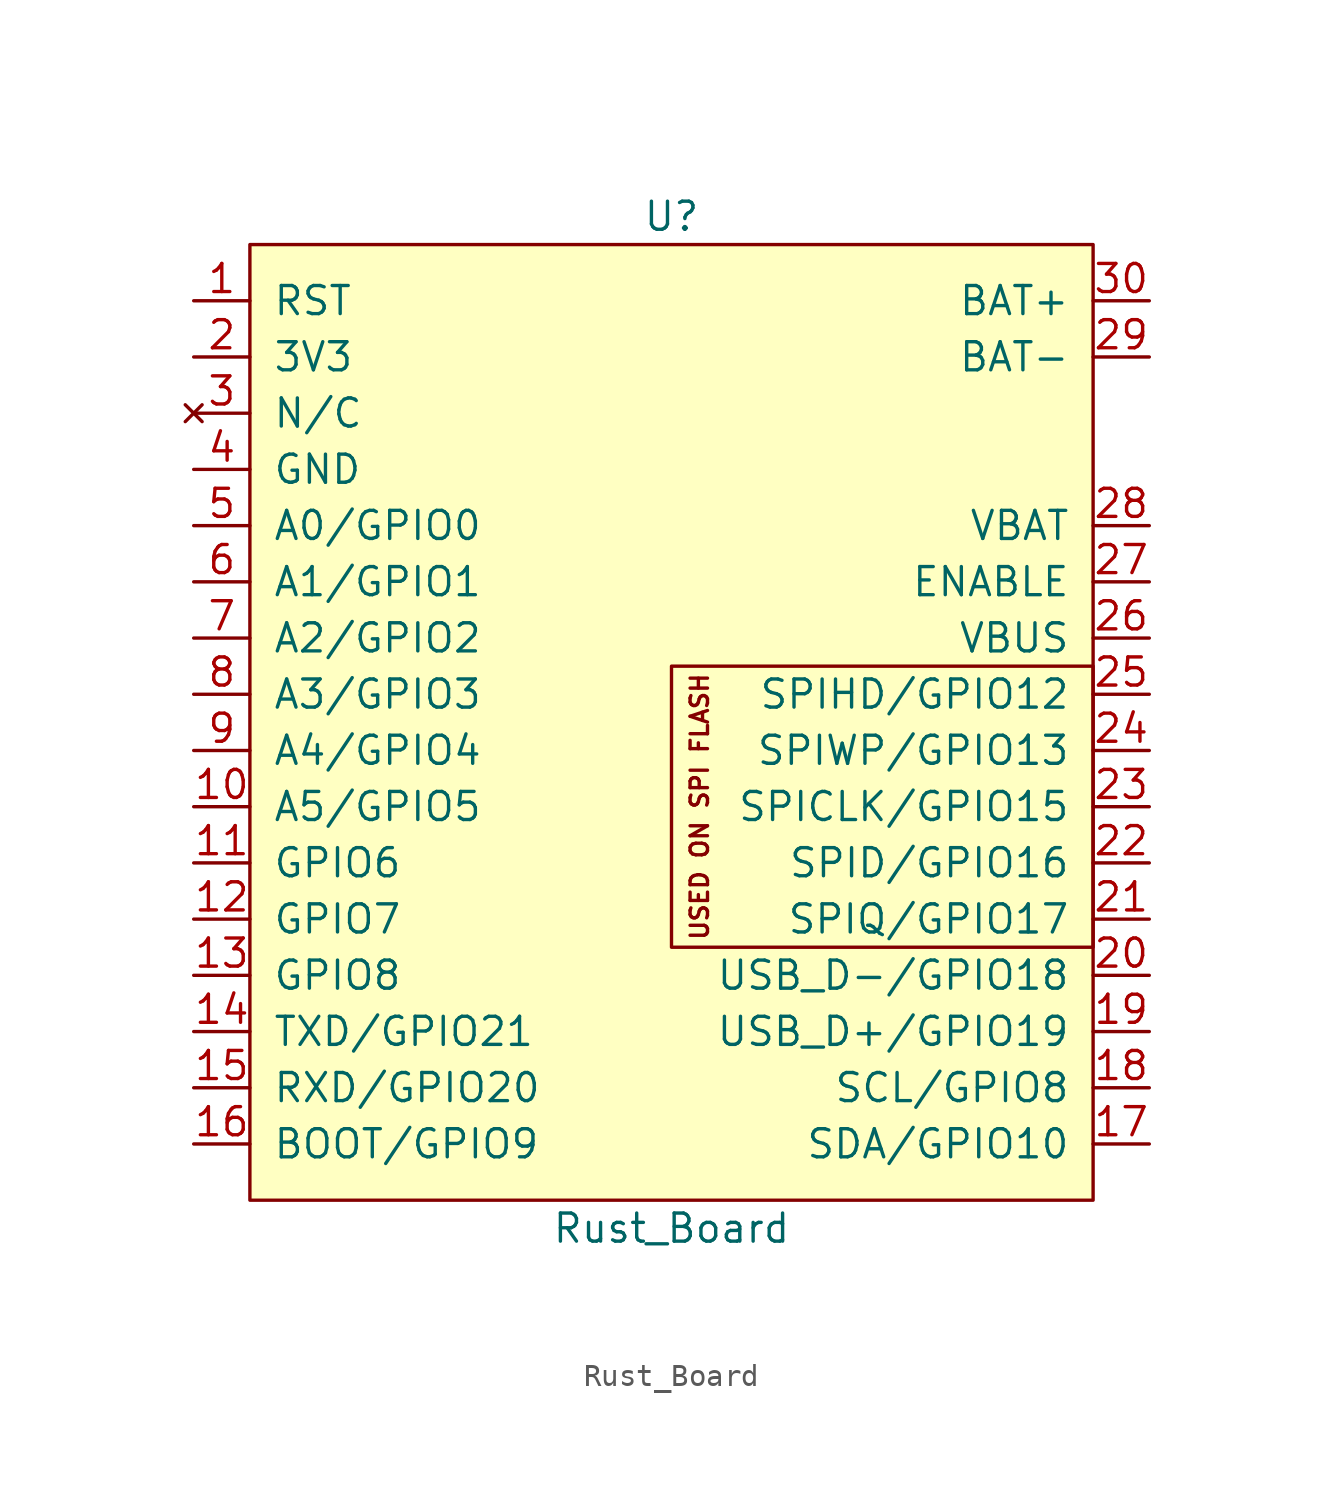
<source format=kicad_sym>
(kicad_symbol_lib
  (version 20211014)
  (generator kicad_symbol_editor)
  (symbol "Rust_Board"
    (pin_names
      (offset 1.016))
    (property "Reference" "U"
      (at 0 22.86 0)
      (effects (font (size 1.27 1.27))))
    (property "Value" "Rust_Board"
      (at 0 -22.86 0)
      (effects (font (size 1.27 1.27))))
    (symbol "Rust_Board_0_0"
      (rectangle (start 0 2.54) (end 19.05 -10.16) (stroke (width 0) (type default) (color 0 0 0 0)) (fill (type none)))
      (text "USED ON SPI FLASH" (at 1.27 -3.81 900) (effects (font (size 0.787 0.787)))))
    (symbol "Rust_Board_0_1"
      (rectangle (start -19.05 21.59) (end 19.05 -21.59) (stroke (width 0) (type default) (color 0 0 0 0)) (fill (type background))))
    (symbol "Rust_Board_1_1"
      (pin input line (at -21.59 19.05 0) (length 2.54) (name "RST" (effects (font (size 1.27 1.27)))) (number "1" (effects (font (size 1.27 1.27)))))
      (pin bidirectional line (at -21.59 -3.81 0) (length 2.54) (name "A5/GPIO5" (effects (font (size 1.27 1.27)))) (number "10" (effects (font (size 1.27 1.27)))))
      (pin bidirectional line (at -21.59 -6.35 0) (length 2.54) (name "GPIO6" (effects (font (size 1.27 1.27)))) (number "11" (effects (font (size 1.27 1.27)))))
      (pin bidirectional line (at -21.59 -8.89 0) (length 2.54) (name "GPIO7" (effects (font (size 1.27 1.27)))) (number "12" (effects (font (size 1.27 1.27)))))
      (pin bidirectional line (at -21.59 -11.43 0) (length 2.54) (name "GPIO8" (effects (font (size 1.27 1.27)))) (number "13" (effects (font (size 1.27 1.27)))))
      (pin bidirectional line (at -21.59 -13.97 0) (length 2.54) (name "TXD/GPIO21" (effects (font (size 1.27 1.27)))) (number "14" (effects (font (size 1.27 1.27)))))
      (pin bidirectional line (at -21.59 -16.51 0) (length 2.54) (name "RXD/GPIO20" (effects (font (size 1.27 1.27)))) (number "15" (effects (font (size 1.27 1.27)))))
      (pin bidirectional line (at -21.59 -19.05 0) (length 2.54) (name "BOOT/GPIO9" (effects (font (size 1.27 1.27)))) (number "16" (effects (font (size 1.27 1.27)))))
      (pin bidirectional line (at 21.59 -19.05 180) (length 2.54) (name "SDA/GPIO10" (effects (font (size 1.27 1.27)))) (number "17" (effects (font (size 1.27 1.27)))))
      (pin bidirectional line (at 21.59 -16.51 180) (length 2.54) (name "SCL/GPIO8" (effects (font (size 1.27 1.27)))) (number "18" (effects (font (size 1.27 1.27)))))
      (pin bidirectional line (at 21.59 -13.97 180) (length 2.54) (name "USB_D+/GPIO19" (effects (font (size 1.27 1.27)))) (number "19" (effects (font (size 1.27 1.27)))))
      (pin power_in line (at -21.59 16.51 0) (length 2.54) (name "3V3" (effects (font (size 1.27 1.27)))) (number "2" (effects (font (size 1.27 1.27)))))
      (pin bidirectional line (at 21.59 -11.43 180) (length 2.54) (name "USB_D-/GPIO18" (effects (font (size 1.27 1.27)))) (number "20" (effects (font (size 1.27 1.27)))))
      (pin bidirectional line (at 21.59 -8.89 180) (length 2.54) (name "SPIQ/GPIO17" (effects (font (size 1.27 1.27)))) (number "21" (effects (font (size 1.27 1.27)))))
      (pin bidirectional line (at 21.59 -6.35 180) (length 2.54) (name "SPID/GPIO16" (effects (font (size 1.27 1.27)))) (number "22" (effects (font (size 1.27 1.27)))))
      (pin bidirectional line (at 21.59 -3.81 180) (length 2.54) (name "SPICLK/GPIO15" (effects (font (size 1.27 1.27)))) (number "23" (effects (font (size 1.27 1.27)))))
      (pin bidirectional line (at 21.59 -1.27 180) (length 2.54) (name "SPIWP/GPIO13" (effects (font (size 1.27 1.27)))) (number "24" (effects (font (size 1.27 1.27)))))
      (pin bidirectional line (at 21.59 1.27 180) (length 2.54) (name "SPIHD/GPIO12" (effects (font (size 1.27 1.27)))) (number "25" (effects (font (size 1.27 1.27)))))
      (pin power_in line (at 21.59 3.81 180) (length 2.54) (name "VBUS" (effects (font (size 1.27 1.27)))) (number "26" (effects (font (size 1.27 1.27)))))
      (pin input line (at 21.59 6.35 180) (length 2.54) (name "ENABLE" (effects (font (size 1.27 1.27)))) (number "27" (effects (font (size 1.27 1.27)))))
      (pin power_in line (at 21.59 8.89 180) (length 2.54) (name "VBAT" (effects (font (size 1.27 1.27)))) (number "28" (effects (font (size 1.27 1.27)))))
      (pin power_in line (at 21.59 16.51 180) (length 2.54) (name "BAT-" (effects (font (size 1.27 1.27)))) (number "29" (effects (font (size 1.27 1.27)))))
      (pin no_connect line (at -21.59 13.97 0) (length 2.54) (name "N/C" (effects (font (size 1.27 1.27)))) (number "3" (effects (font (size 1.27 1.27)))))
      (pin power_in line (at 21.59 19.05 180) (length 2.54) (name "BAT+" (effects (font (size 1.27 1.27)))) (number "30" (effects (font (size 1.27 1.27)))))
      (pin power_in line (at -21.59 11.43 0) (length 2.54) (name "GND" (effects (font (size 1.27 1.27)))) (number "4" (effects (font (size 1.27 1.27)))))
      (pin bidirectional line (at -21.59 8.89 0) (length 2.54) (name "A0/GPIO0" (effects (font (size 1.27 1.27)))) (number "5" (effects (font (size 1.27 1.27)))))
      (pin bidirectional line (at -21.59 6.35 0) (length 2.54) (name "A1/GPIO1" (effects (font (size 1.27 1.27)))) (number "6" (effects (font (size 1.27 1.27)))))
      (pin bidirectional line (at -21.59 3.81 0) (length 2.54) (name "A2/GPIO2" (effects (font (size 1.27 1.27)))) (number "7" (effects (font (size 1.27 1.27)))))
      (pin bidirectional line (at -21.59 1.27 0) (length 2.54) (name "A3/GPIO3" (effects (font (size 1.27 1.27)))) (number "8" (effects (font (size 1.27 1.27)))))
      (pin bidirectional line (at -21.59 -1.27 0) (length 2.54) (name "A4/GPIO4" (effects (font (size 1.27 1.27)))) (number "9" (effects (font (size 1.27 1.27))))))))
</source>
